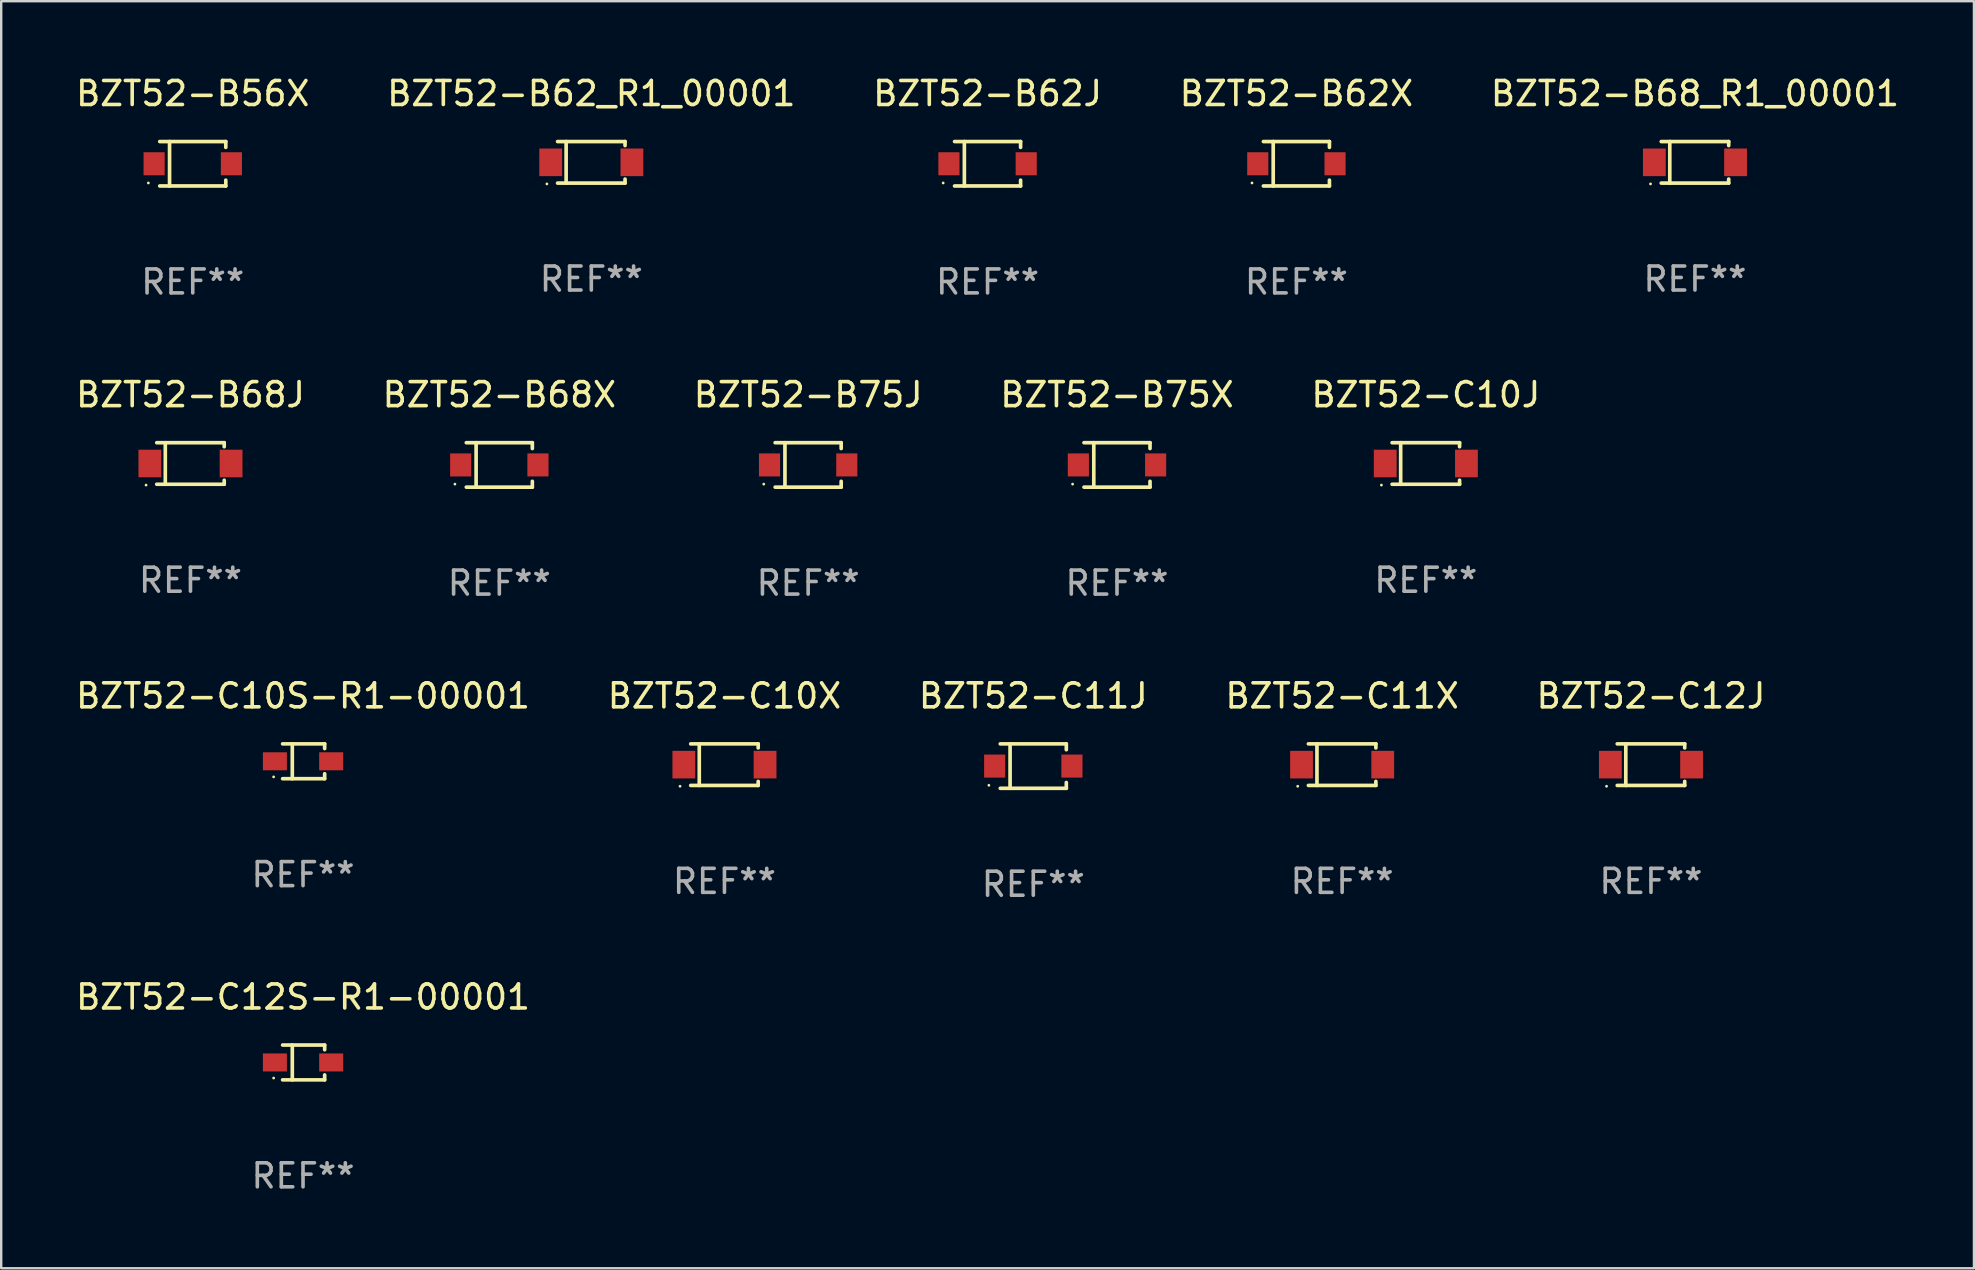
<source format=kicad_pcb>
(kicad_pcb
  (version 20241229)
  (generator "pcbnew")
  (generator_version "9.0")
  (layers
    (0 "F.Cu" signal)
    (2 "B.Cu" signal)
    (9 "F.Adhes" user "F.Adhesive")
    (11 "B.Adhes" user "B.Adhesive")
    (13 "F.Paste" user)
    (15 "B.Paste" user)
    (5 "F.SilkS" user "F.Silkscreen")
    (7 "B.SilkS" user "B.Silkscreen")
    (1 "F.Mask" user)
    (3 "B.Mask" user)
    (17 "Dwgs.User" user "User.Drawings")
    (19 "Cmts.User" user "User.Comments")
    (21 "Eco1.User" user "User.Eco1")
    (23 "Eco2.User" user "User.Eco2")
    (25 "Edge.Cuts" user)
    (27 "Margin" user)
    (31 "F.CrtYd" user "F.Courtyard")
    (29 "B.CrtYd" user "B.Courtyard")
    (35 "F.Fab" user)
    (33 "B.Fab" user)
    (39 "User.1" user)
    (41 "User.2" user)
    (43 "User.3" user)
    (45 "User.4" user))
  (footprint "BZT52-C11X"
    (layer "F.Cu")
    (at 52.875 28.812)
    (property "Reference" "BZT52-C11X" (at 0 -2.866 0) (layer "F.SilkS") (effects (font (size 1 1) (thickness 0.15))))
    (attr through_hole)
    (fp_line (start -1.406 -0.866) (end 1.406 -0.866) (stroke (width 0.152) (type solid)) (layer "F.SilkS"))
    (fp_line (start -1.406 0.866) (end 1.406 0.866) (stroke (width 0.152) (type solid)) (layer "F.SilkS"))
    (fp_line (start -1.049 -0.866) (end -1.049 0.866) (stroke (width 0.152) (type solid)) (layer "F.SilkS"))
    (fp_line (start 1.406 -0.866) (end 1.406 -0.698) (stroke (width 0.152) (type solid)) (layer "F.SilkS"))
    (fp_line (start 1.406 0.866) (end 1.406 0.698) (stroke (width 0.152) (type solid)) (layer "F.SilkS"))
    (fp_circle (center -1.851 0.9) (end -1.821 0.9) (stroke (width 0.06) (type solid)) (fill no) (layer "F.SilkS"))
    (fp_text user "REF**" (at 0 4.866 0) (layer "F.Fab") (effects (font (size 1 1) (thickness 0.15))))
    (pad "1" smd rect (at -1.692 0) (size 0.95 1.15) (layers "F.Cu" "F.Mask" "F.Paste"))
    (pad "2" smd rect (at 1.692 0) (size 0.95 1.15) (layers "F.Cu" "F.Mask" "F.Paste")))
  (footprint "BZT52-B68X"
    (layer "F.Cu")
    (at 17.756 16.323)
    (property "Reference" "BZT52-B68X" (at 0 -2.926 0) (layer "F.SilkS") (effects (font (size 1 1) (thickness 0.15))))
    (attr through_hole)
    (fp_line (start -1.376 -0.926) (end 1.376 -0.926) (stroke (width 0.152) (type solid)) (layer "F.SilkS"))
    (fp_line (start -1.376 0.926) (end 1.376 0.926) (stroke (width 0.152) (type solid)) (layer "F.SilkS"))
    (fp_line (start -0.967 -0.926) (end -0.967 0.926) (stroke (width 0.152) (type solid)) (layer "F.SilkS"))
    (fp_line (start 1.376 -0.926) (end 1.376 -0.683) (stroke (width 0.152) (type solid)) (layer "F.SilkS"))
    (fp_line (start 1.376 0.926) (end 1.376 0.683) (stroke (width 0.152) (type solid)) (layer "F.SilkS"))
    (fp_circle (center -1.85 0.8) (end -1.82 0.8) (stroke (width 0.06) (type solid)) (fill no) (layer "F.SilkS"))
    (fp_text user "REF**" (at 0 4.926 0) (layer "F.Fab") (effects (font (size 1 1) (thickness 0.15))))
    (pad "1" smd rect (at -1.61 0) (size 0.88 0.96) (layers "F.Cu" "F.Mask" "F.Paste"))
    (pad "2" smd rect (at 1.61 0) (size 0.88 0.96) (layers "F.Cu" "F.Mask" "F.Paste")))
  (footprint "BZT52-B75J"
    (layer "F.Cu")
    (at 30.625 16.323)
    (property "Reference" "BZT52-B75J" (at 0 -2.926 0) (layer "F.SilkS") (effects (font (size 1 1) (thickness 0.15))))
    (attr through_hole)
    (fp_line (start -1.376 -0.926) (end 1.376 -0.926) (stroke (width 0.152) (type solid)) (layer "F.SilkS"))
    (fp_line (start -1.376 0.926) (end 1.376 0.926) (stroke (width 0.152) (type solid)) (layer "F.SilkS"))
    (fp_line (start -0.967 -0.926) (end -0.967 0.926) (stroke (width 0.152) (type solid)) (layer "F.SilkS"))
    (fp_line (start 1.376 -0.926) (end 1.376 -0.683) (stroke (width 0.152) (type solid)) (layer "F.SilkS"))
    (fp_line (start 1.376 0.926) (end 1.376 0.683) (stroke (width 0.152) (type solid)) (layer "F.SilkS"))
    (fp_circle (center -1.85 0.8) (end -1.82 0.8) (stroke (width 0.06) (type solid)) (fill no) (layer "F.SilkS"))
    (fp_text user "REF**" (at 0 4.926 0) (layer "F.Fab") (effects (font (size 1 1) (thickness 0.15))))
    (pad "1" smd rect (at -1.61 0) (size 0.88 0.96) (layers "F.Cu" "F.Mask" "F.Paste"))
    (pad "2" smd rect (at 1.61 0) (size 0.88 0.96) (layers "F.Cu" "F.Mask" "F.Paste")))
  (footprint "BZT52-C10S-R1-00001"
    (layer "F.Cu")
    (at 9.577 28.672)
    (property "Reference" "BZT52-C10S-R1-00001" (at 0 -2.726 0) (layer "F.SilkS") (effects (font (size 1 1) (thickness 0.15))))
    (attr through_hole)
    (fp_line (start -0.851 -0.726) (end 0.901 -0.726) (stroke (width 0.152) (type solid)) (layer "F.SilkS"))
    (fp_line (start -0.851 0.726) (end 0.901 0.726) (stroke (width 0.152) (type solid)) (layer "F.SilkS"))
    (fp_line (start -0.447 -0.726) (end -0.447 0.726) (stroke (width 0.152) (type solid)) (layer "F.SilkS"))
    (fp_line (start 0.901 -0.726) (end 0.901 -0.53) (stroke (width 0.152) (type solid)) (layer "F.SilkS"))
    (fp_line (start 0.901 0.726) (end 0.901 0.52) (stroke (width 0.152) (type solid)) (layer "F.SilkS"))
    (fp_circle (center -1.225 0.65) (end -1.195 0.65) (stroke (width 0.06) (type solid)) (fill no) (layer "F.SilkS"))
    (fp_text user "REF**" (at 0 4.726 0) (layer "F.Fab") (effects (font (size 1 1) (thickness 0.15))))
    (pad "1" smd rect (at -1.173 0) (size 1 0.75) (layers "F.Cu" "F.Mask" "F.Paste"))
    (pad "2" smd rect (at 1.173 0) (size 1 0.75) (layers "F.Cu" "F.Mask" "F.Paste")))
  (footprint "BZT52-B68_R1_00001"
    (layer "F.Cu")
    (at 67.577 3.714)
    (property "Reference" "BZT52-B68_R1_00001" (at 0 -2.866 0) (layer "F.SilkS") (effects (font (size 1 1) (thickness 0.15))))
    (attr through_hole)
    (fp_line (start -1.406 -0.866) (end 1.406 -0.866) (stroke (width 0.152) (type solid)) (layer "F.SilkS"))
    (fp_line (start -1.406 0.866) (end 1.406 0.866) (stroke (width 0.152) (type solid)) (layer "F.SilkS"))
    (fp_line (start -1.049 -0.866) (end -1.049 0.866) (stroke (width 0.152) (type solid)) (layer "F.SilkS"))
    (fp_line (start 1.406 -0.866) (end 1.406 -0.698) (stroke (width 0.152) (type solid)) (layer "F.SilkS"))
    (fp_line (start 1.406 0.866) (end 1.406 0.698) (stroke (width 0.152) (type solid)) (layer "F.SilkS"))
    (fp_circle (center -1.851 0.9) (end -1.821 0.9) (stroke (width 0.06) (type solid)) (fill no) (layer "F.SilkS"))
    (fp_text user "REF**" (at 0 4.866 0) (layer "F.Fab") (effects (font (size 1 1) (thickness 0.15))))
    (pad "1" smd rect (at -1.692 0) (size 0.95 1.15) (layers "F.Cu" "F.Mask" "F.Paste"))
    (pad "2" smd rect (at 1.692 0) (size 0.95 1.15) (layers "F.Cu" "F.Mask" "F.Paste")))
  (footprint "BZT52-B62X"
    (layer "F.Cu")
    (at 50.97 3.774)
    (property "Reference" "BZT52-B62X" (at 0 -2.926 0) (layer "F.SilkS") (effects (font (size 1 1) (thickness 0.15))))
    (attr through_hole)
    (fp_line (start -1.376 -0.926) (end 1.376 -0.926) (stroke (width 0.152) (type solid)) (layer "F.SilkS"))
    (fp_line (start -1.376 0.926) (end 1.376 0.926) (stroke (width 0.152) (type solid)) (layer "F.SilkS"))
    (fp_line (start -0.967 -0.926) (end -0.967 0.926) (stroke (width 0.152) (type solid)) (layer "F.SilkS"))
    (fp_line (start 1.376 -0.926) (end 1.376 -0.683) (stroke (width 0.152) (type solid)) (layer "F.SilkS"))
    (fp_line (start 1.376 0.926) (end 1.376 0.683) (stroke (width 0.152) (type solid)) (layer "F.SilkS"))
    (fp_circle (center -1.85 0.8) (end -1.82 0.8) (stroke (width 0.06) (type solid)) (fill no) (layer "F.SilkS"))
    (fp_text user "REF**" (at 0 4.926 0) (layer "F.Fab") (effects (font (size 1 1) (thickness 0.15))))
    (pad "1" smd rect (at -1.61 0) (size 0.88 0.96) (layers "F.Cu" "F.Mask" "F.Paste"))
    (pad "2" smd rect (at 1.61 0) (size 0.88 0.96) (layers "F.Cu" "F.Mask" "F.Paste")))
  (footprint "BZT52-C11J"
    (layer "F.Cu")
    (at 40.006 28.872)
    (property "Reference" "BZT52-C11J" (at 0 -2.926 0) (layer "F.SilkS") (effects (font (size 1 1) (thickness 0.15))))
    (attr through_hole)
    (fp_line (start -1.376 -0.926) (end 1.376 -0.926) (stroke (width 0.152) (type solid)) (layer "F.SilkS"))
    (fp_line (start -1.376 0.926) (end 1.376 0.926) (stroke (width 0.152) (type solid)) (layer "F.SilkS"))
    (fp_line (start -0.967 -0.926) (end -0.967 0.926) (stroke (width 0.152) (type solid)) (layer "F.SilkS"))
    (fp_line (start 1.376 -0.926) (end 1.376 -0.683) (stroke (width 0.152) (type solid)) (layer "F.SilkS"))
    (fp_line (start 1.376 0.926) (end 1.376 0.683) (stroke (width 0.152) (type solid)) (layer "F.SilkS"))
    (fp_circle (center -1.85 0.8) (end -1.82 0.8) (stroke (width 0.06) (type solid)) (fill no) (layer "F.SilkS"))
    (fp_text user "REF**" (at 0 4.926 0) (layer "F.Fab") (effects (font (size 1 1) (thickness 0.15))))
    (pad "1" smd rect (at -1.61 0) (size 0.88 0.96) (layers "F.Cu" "F.Mask" "F.Paste"))
    (pad "2" smd rect (at 1.61 0) (size 0.88 0.96) (layers "F.Cu" "F.Mask" "F.Paste")))
  (footprint "BZT52-C10X"
    (layer "F.Cu")
    (at 27.137 28.812)
    (property "Reference" "BZT52-C10X" (at 0 -2.866 0) (layer "F.SilkS") (effects (font (size 1 1) (thickness 0.15))))
    (attr through_hole)
    (fp_line (start -1.406 -0.866) (end 1.406 -0.866) (stroke (width 0.152) (type solid)) (layer "F.SilkS"))
    (fp_line (start -1.406 0.866) (end 1.406 0.866) (stroke (width 0.152) (type solid)) (layer "F.SilkS"))
    (fp_line (start -1.049 -0.866) (end -1.049 0.866) (stroke (width 0.152) (type solid)) (layer "F.SilkS"))
    (fp_line (start 1.406 -0.866) (end 1.406 -0.698) (stroke (width 0.152) (type solid)) (layer "F.SilkS"))
    (fp_line (start 1.406 0.866) (end 1.406 0.698) (stroke (width 0.152) (type solid)) (layer "F.SilkS"))
    (fp_circle (center -1.851 0.9) (end -1.821 0.9) (stroke (width 0.06) (type solid)) (fill no) (layer "F.SilkS"))
    (fp_text user "REF**" (at 0 4.866 0) (layer "F.Fab") (effects (font (size 1 1) (thickness 0.15))))
    (pad "1" smd rect (at -1.692 0) (size 0.95 1.15) (layers "F.Cu" "F.Mask" "F.Paste"))
    (pad "2" smd rect (at 1.692 0) (size 0.95 1.15) (layers "F.Cu" "F.Mask" "F.Paste")))
  (footprint "BZT52-C12S-R1-00001"
    (layer "F.Cu")
    (at 9.577 41.221)
    (property "Reference" "BZT52-C12S-R1-00001" (at 0 -2.726 0) (layer "F.SilkS") (effects (font (size 1 1) (thickness 0.15))))
    (attr through_hole)
    (fp_line (start -0.851 -0.726) (end 0.901 -0.726) (stroke (width 0.152) (type solid)) (layer "F.SilkS"))
    (fp_line (start -0.851 0.726) (end 0.901 0.726) (stroke (width 0.152) (type solid)) (layer "F.SilkS"))
    (fp_line (start -0.447 -0.726) (end -0.447 0.726) (stroke (width 0.152) (type solid)) (layer "F.SilkS"))
    (fp_line (start 0.901 -0.726) (end 0.901 -0.53) (stroke (width 0.152) (type solid)) (layer "F.SilkS"))
    (fp_line (start 0.901 0.726) (end 0.901 0.52) (stroke (width 0.152) (type solid)) (layer "F.SilkS"))
    (fp_circle (center -1.225 0.65) (end -1.195 0.65) (stroke (width 0.06) (type solid)) (fill no) (layer "F.SilkS"))
    (fp_text user "REF**" (at 0 4.726 0) (layer "F.Fab") (effects (font (size 1 1) (thickness 0.15))))
    (pad "1" smd rect (at -1.173 0) (size 1 0.75) (layers "F.Cu" "F.Mask" "F.Paste"))
    (pad "2" smd rect (at 1.173 0) (size 1 0.75) (layers "F.Cu" "F.Mask" "F.Paste")))
  (footprint "BZT52-B62J"
    (layer "F.Cu")
    (at 38.101 3.774)
    (property "Reference" "BZT52-B62J" (at 0 -2.926 0) (layer "F.SilkS") (effects (font (size 1 1) (thickness 0.15))))
    (attr through_hole)
    (fp_line (start -1.376 -0.926) (end 1.376 -0.926) (stroke (width 0.152) (type solid)) (layer "F.SilkS"))
    (fp_line (start -1.376 0.926) (end 1.376 0.926) (stroke (width 0.152) (type solid)) (layer "F.SilkS"))
    (fp_line (start -0.967 -0.926) (end -0.967 0.926) (stroke (width 0.152) (type solid)) (layer "F.SilkS"))
    (fp_line (start 1.376 -0.926) (end 1.376 -0.683) (stroke (width 0.152) (type solid)) (layer "F.SilkS"))
    (fp_line (start 1.376 0.926) (end 1.376 0.683) (stroke (width 0.152) (type solid)) (layer "F.SilkS"))
    (fp_circle (center -1.85 0.8) (end -1.82 0.8) (stroke (width 0.06) (type solid)) (fill no) (layer "F.SilkS"))
    (fp_text user "REF**" (at 0 4.926 0) (layer "F.Fab") (effects (font (size 1 1) (thickness 0.15))))
    (pad "1" smd rect (at -1.61 0) (size 0.88 0.96) (layers "F.Cu" "F.Mask" "F.Paste"))
    (pad "2" smd rect (at 1.61 0) (size 0.88 0.96) (layers "F.Cu" "F.Mask" "F.Paste")))
  (footprint "BZT52-C10J"
    (layer "F.Cu")
    (at 56.363 16.263)
    (property "Reference" "BZT52-C10J" (at 0 -2.866 0) (layer "F.SilkS") (effects (font (size 1 1) (thickness 0.15))))
    (attr through_hole)
    (fp_line (start -1.406 -0.866) (end 1.406 -0.866) (stroke (width 0.152) (type solid)) (layer "F.SilkS"))
    (fp_line (start -1.406 0.866) (end 1.406 0.866) (stroke (width 0.152) (type solid)) (layer "F.SilkS"))
    (fp_line (start -1.049 -0.866) (end -1.049 0.866) (stroke (width 0.152) (type solid)) (layer "F.SilkS"))
    (fp_line (start 1.406 -0.866) (end 1.406 -0.698) (stroke (width 0.152) (type solid)) (layer "F.SilkS"))
    (fp_line (start 1.406 0.866) (end 1.406 0.698) (stroke (width 0.152) (type solid)) (layer "F.SilkS"))
    (fp_circle (center -1.851 0.9) (end -1.821 0.9) (stroke (width 0.06) (type solid)) (fill no) (layer "F.SilkS"))
    (fp_text user "REF**" (at 0 4.866 0) (layer "F.Fab") (effects (font (size 1 1) (thickness 0.15))))
    (pad "1" smd rect (at -1.692 0) (size 0.95 1.15) (layers "F.Cu" "F.Mask" "F.Paste"))
    (pad "2" smd rect (at 1.692 0) (size 0.95 1.15) (layers "F.Cu" "F.Mask" "F.Paste")))
  (footprint "BZT52-B56X"
    (layer "F.Cu")
    (at 4.982 3.774)
    (property "Reference" "BZT52-B56X" (at 0 -2.926 0) (layer "F.SilkS") (effects (font (size 1 1) (thickness 0.15))))
    (attr through_hole)
    (fp_line (start -1.376 -0.926) (end 1.376 -0.926) (stroke (width 0.152) (type solid)) (layer "F.SilkS"))
    (fp_line (start -1.376 0.926) (end 1.376 0.926) (stroke (width 0.152) (type solid)) (layer "F.SilkS"))
    (fp_line (start -0.967 -0.926) (end -0.967 0.926) (stroke (width 0.152) (type solid)) (layer "F.SilkS"))
    (fp_line (start 1.376 -0.926) (end 1.376 -0.683) (stroke (width 0.152) (type solid)) (layer "F.SilkS"))
    (fp_line (start 1.376 0.926) (end 1.376 0.683) (stroke (width 0.152) (type solid)) (layer "F.SilkS"))
    (fp_circle (center -1.85 0.8) (end -1.82 0.8) (stroke (width 0.06) (type solid)) (fill no) (layer "F.SilkS"))
    (fp_text user "REF**" (at 0 4.926 0) (layer "F.Fab") (effects (font (size 1 1) (thickness 0.15))))
    (pad "1" smd rect (at -1.61 0) (size 0.88 0.96) (layers "F.Cu" "F.Mask" "F.Paste"))
    (pad "2" smd rect (at 1.61 0) (size 0.88 0.96) (layers "F.Cu" "F.Mask" "F.Paste")))
  (footprint "BZT52-B68J"
    (layer "F.Cu")
    (at 4.887 16.263)
    (property "Reference" "BZT52-B68J" (at 0 -2.866 0) (layer "F.SilkS") (effects (font (size 1 1) (thickness 0.15))))
    (attr through_hole)
    (fp_line (start -1.406 -0.866) (end 1.406 -0.866) (stroke (width 0.152) (type solid)) (layer "F.SilkS"))
    (fp_line (start -1.406 0.866) (end 1.406 0.866) (stroke (width 0.152) (type solid)) (layer "F.SilkS"))
    (fp_line (start -1.049 -0.866) (end -1.049 0.866) (stroke (width 0.152) (type solid)) (layer "F.SilkS"))
    (fp_line (start 1.406 -0.866) (end 1.406 -0.698) (stroke (width 0.152) (type solid)) (layer "F.SilkS"))
    (fp_line (start 1.406 0.866) (end 1.406 0.698) (stroke (width 0.152) (type solid)) (layer "F.SilkS"))
    (fp_circle (center -1.851 0.9) (end -1.821 0.9) (stroke (width 0.06) (type solid)) (fill no) (layer "F.SilkS"))
    (fp_text user "REF**" (at 0 4.866 0) (layer "F.Fab") (effects (font (size 1 1) (thickness 0.15))))
    (pad "1" smd rect (at -1.692 0) (size 0.95 1.15) (layers "F.Cu" "F.Mask" "F.Paste"))
    (pad "2" smd rect (at 1.692 0) (size 0.95 1.15) (layers "F.Cu" "F.Mask" "F.Paste")))
  (footprint "BZT52-B75X"
    (layer "F.Cu")
    (at 43.494 16.323)
    (property "Reference" "BZT52-B75X" (at 0 -2.926 0) (layer "F.SilkS") (effects (font (size 1 1) (thickness 0.15))))
    (attr through_hole)
    (fp_line (start -1.376 -0.926) (end 1.376 -0.926) (stroke (width 0.152) (type solid)) (layer "F.SilkS"))
    (fp_line (start -1.376 0.926) (end 1.376 0.926) (stroke (width 0.152) (type solid)) (layer "F.SilkS"))
    (fp_line (start -0.967 -0.926) (end -0.967 0.926) (stroke (width 0.152) (type solid)) (layer "F.SilkS"))
    (fp_line (start 1.376 -0.926) (end 1.376 -0.683) (stroke (width 0.152) (type solid)) (layer "F.SilkS"))
    (fp_line (start 1.376 0.926) (end 1.376 0.683) (stroke (width 0.152) (type solid)) (layer "F.SilkS"))
    (fp_circle (center -1.85 0.8) (end -1.82 0.8) (stroke (width 0.06) (type solid)) (fill no) (layer "F.SilkS"))
    (fp_text user "REF**" (at 0 4.926 0) (layer "F.Fab") (effects (font (size 1 1) (thickness 0.15))))
    (pad "1" smd rect (at -1.61 0) (size 0.88 0.96) (layers "F.Cu" "F.Mask" "F.Paste"))
    (pad "2" smd rect (at 1.61 0) (size 0.88 0.96) (layers "F.Cu" "F.Mask" "F.Paste")))
  (footprint "BZT52-C12J"
    (layer "F.Cu")
    (at 65.744 28.812)
    (property "Reference" "BZT52-C12J" (at 0 -2.866 0) (layer "F.SilkS") (effects (font (size 1 1) (thickness 0.15))))
    (attr through_hole)
    (fp_line (start -1.406 -0.866) (end 1.406 -0.866) (stroke (width 0.152) (type solid)) (layer "F.SilkS"))
    (fp_line (start -1.406 0.866) (end 1.406 0.866) (stroke (width 0.152) (type solid)) (layer "F.SilkS"))
    (fp_line (start -1.049 -0.866) (end -1.049 0.866) (stroke (width 0.152) (type solid)) (layer "F.SilkS"))
    (fp_line (start 1.406 -0.866) (end 1.406 -0.698) (stroke (width 0.152) (type solid)) (layer "F.SilkS"))
    (fp_line (start 1.406 0.866) (end 1.406 0.698) (stroke (width 0.152) (type solid)) (layer "F.SilkS"))
    (fp_circle (center -1.851 0.9) (end -1.821 0.9) (stroke (width 0.06) (type solid)) (fill no) (layer "F.SilkS"))
    (fp_text user "REF**" (at 0 4.866 0) (layer "F.Fab") (effects (font (size 1 1) (thickness 0.15))))
    (pad "1" smd rect (at -1.692 0) (size 0.95 1.15) (layers "F.Cu" "F.Mask" "F.Paste"))
    (pad "2" smd rect (at 1.692 0) (size 0.95 1.15) (layers "F.Cu" "F.Mask" "F.Paste")))
  (footprint "BZT52-B62_R1_00001"
    (layer "F.Cu")
    (at 21.589 3.714)
    (property "Reference" "BZT52-B62_R1_00001" (at 0 -2.866 0) (layer "F.SilkS") (effects (font (size 1 1) (thickness 0.15))))
    (attr through_hole)
    (fp_line (start -1.406 -0.866) (end 1.406 -0.866) (stroke (width 0.152) (type solid)) (layer "F.SilkS"))
    (fp_line (start -1.406 0.866) (end 1.406 0.866) (stroke (width 0.152) (type solid)) (layer "F.SilkS"))
    (fp_line (start -1.049 -0.866) (end -1.049 0.866) (stroke (width 0.152) (type solid)) (layer "F.SilkS"))
    (fp_line (start 1.406 -0.866) (end 1.406 -0.698) (stroke (width 0.152) (type solid)) (layer "F.SilkS"))
    (fp_line (start 1.406 0.866) (end 1.406 0.698) (stroke (width 0.152) (type solid)) (layer "F.SilkS"))
    (fp_circle (center -1.851 0.9) (end -1.821 0.9) (stroke (width 0.06) (type solid)) (fill no) (layer "F.SilkS"))
    (fp_text user "REF**" (at 0 4.866 0) (layer "F.Fab") (effects (font (size 1 1) (thickness 0.15))))
    (pad "1" smd rect (at -1.692 0) (size 0.95 1.15) (layers "F.Cu" "F.Mask" "F.Paste"))
    (pad "2" smd rect (at 1.692 0) (size 0.95 1.15) (layers "F.Cu" "F.Mask" "F.Paste")))
  (gr_rect
    (start -3 -3)
    (end 79.202 49.796)
    (stroke (width 0.1) (type default))
    (fill no)
    (layer "Edge.Cuts")))
</source>
